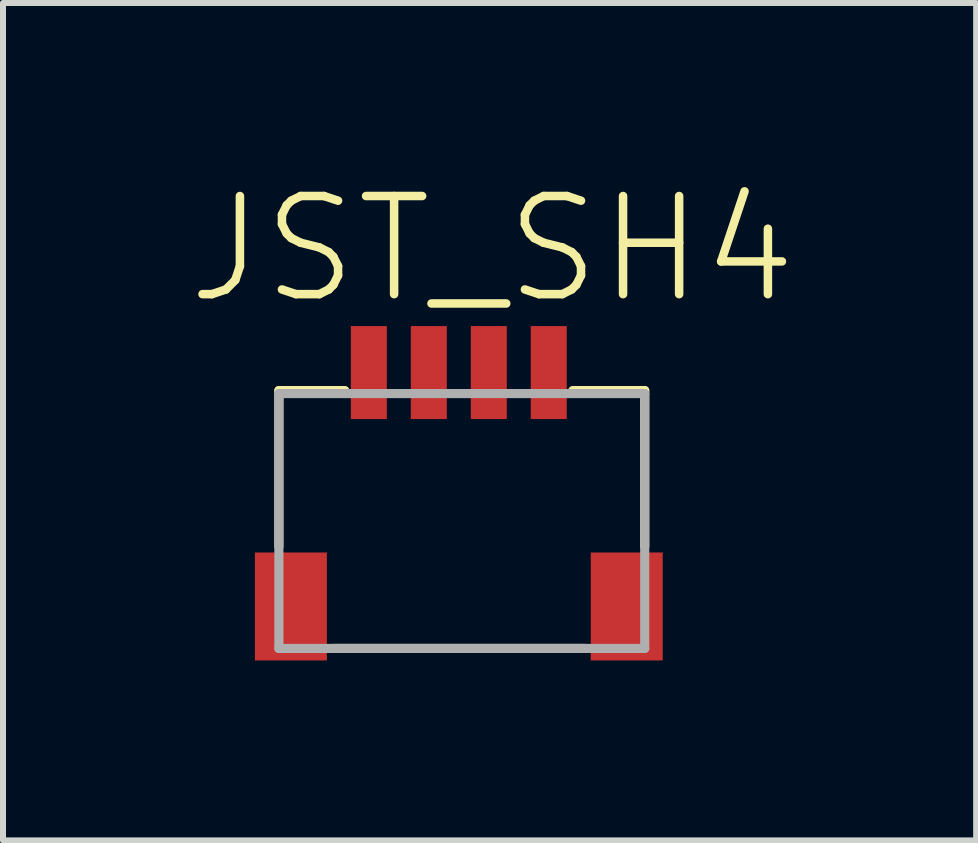
<source format=kicad_pcb>
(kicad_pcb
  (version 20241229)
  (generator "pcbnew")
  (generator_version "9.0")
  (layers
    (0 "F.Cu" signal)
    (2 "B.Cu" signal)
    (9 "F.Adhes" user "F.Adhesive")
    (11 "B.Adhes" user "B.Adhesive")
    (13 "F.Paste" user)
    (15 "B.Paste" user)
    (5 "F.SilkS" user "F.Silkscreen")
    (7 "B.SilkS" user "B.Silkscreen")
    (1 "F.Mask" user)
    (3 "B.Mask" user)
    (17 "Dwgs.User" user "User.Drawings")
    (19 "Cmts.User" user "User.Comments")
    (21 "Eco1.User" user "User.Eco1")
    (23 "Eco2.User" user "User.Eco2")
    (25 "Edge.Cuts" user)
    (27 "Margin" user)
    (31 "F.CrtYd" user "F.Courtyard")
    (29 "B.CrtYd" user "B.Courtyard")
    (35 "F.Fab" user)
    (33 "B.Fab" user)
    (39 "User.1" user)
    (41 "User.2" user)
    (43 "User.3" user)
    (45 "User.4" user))
  (footprint "JST_SH4"
    (layer "F.Cu")
    (at 4.6 5.676)
    (property "Reference" "JST_SH4" (at -4.6 -3.614 0) (layer "F.SilkS") (effects (font (size 1.636 1.636) (thickness 0.142)) (justify left bottom)))
    (fp_line (start -3 -2.214) (end -1.9 -2.214) (stroke (width 0.152) (type solid)) (layer "F.SilkS"))
    (fp_line (start -3 0.386) (end -3 -2.214) (stroke (width 0.152) (type solid)) (layer "F.SilkS"))
    (fp_line (start -2.1 2.086) (end 2.1 2.086) (stroke (width 0.152) (type solid)) (layer "F.SilkS"))
    (fp_line (start 1.9 -2.214) (end 3.1 -2.214) (stroke (width 0.152) (type solid)) (layer "F.SilkS"))
    (fp_line (start 3.1 -2.214) (end 3.1 0.386) (stroke (width 0.152) (type solid)) (layer "F.SilkS"))
    (fp_line (start -3 -2.164) (end 3.1 -2.164) (stroke (width 0.152) (type solid)) (layer "F.Fab"))
    (fp_line (start -3 2.086) (end -3 -2.164) (stroke (width 0.152) (type solid)) (layer "F.Fab"))
    (fp_line (start 3.1 -2.164) (end 3.1 2.086) (stroke (width 0.152) (type solid)) (layer "F.Fab"))
    (fp_line (start 3.1 2.086) (end -3 2.086) (stroke (width 0.152) (type solid)) (layer "F.Fab"))
    (pad "1" smd rect (at -1.5 -2.514 90) (size 1.55 0.6) (layers "F.Cu" "F.Mask" "F.Paste"))
    (pad "2" smd rect (at -0.5 -2.514 90) (size 1.55 0.6) (layers "F.Cu" "F.Mask" "F.Paste"))
    (pad "3" smd rect (at 0.5 -2.514 90) (size 1.55 0.6) (layers "F.Cu" "F.Mask" "F.Paste"))
    (pad "4" smd rect (at 1.5 -2.514 90) (size 1.55 0.6) (layers "F.Cu" "F.Mask" "F.Paste"))
    (pad "MT1" smd rect (at -2.8 1.386 90) (size 1.8 1.2) (layers "F.Cu" "F.Mask" "F.Paste"))
    (pad "MT2" smd rect (at 2.8 1.386 90) (size 1.8 1.2) (layers "F.Cu" "F.Mask" "F.Paste")))
  (gr_rect
    (start -3 -3)
    (end 13.226 10.962)
    (stroke (width 0.1) (type default))
    (fill no)
    (layer "Edge.Cuts")))
</source>
